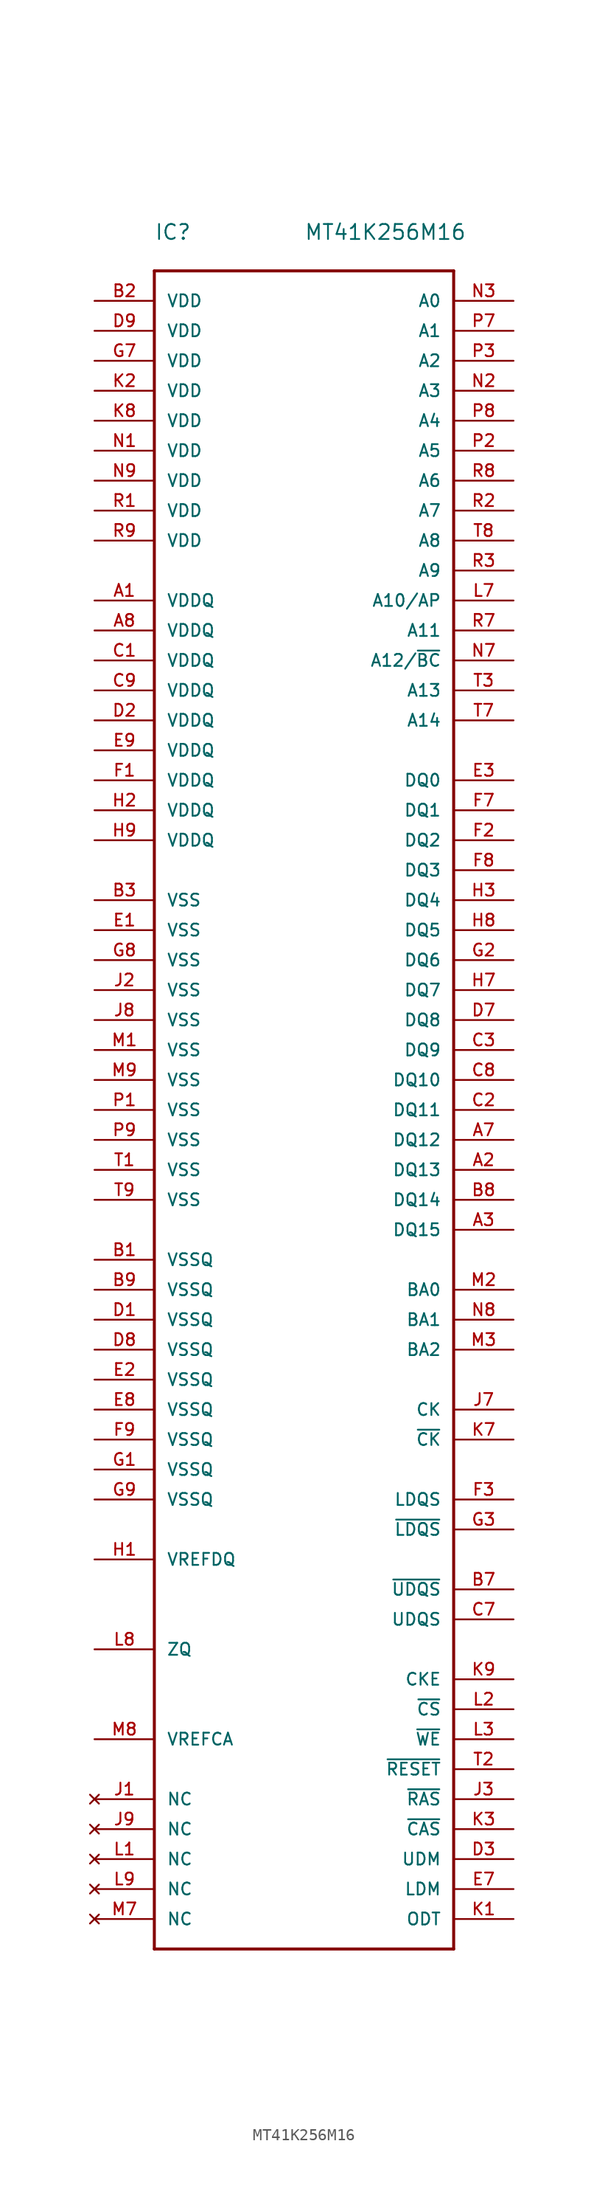
<source format=kicad_sym>
(kicad_symbol_lib
  (version 20220914)
  (generator kicad_symbol_editor)
  (symbol "MT41K256M16"
    (pin_names
      (offset 1.016))
    (property "Reference" "IC"
      (at 0 2.54 0)
      (effects (font (size 1.27 1.27)) (justify left bottom)))
    (property "Value" "MT41K256M16"
      (at 12.7 2.54 0)
      (effects (font (size 1.27 1.27)) (justify left bottom)))
    (symbol "MT41K256M16_1_0"
      (polyline (pts (xy 0 -142.24) (xy 0 0)) (stroke (width 0.254) (type solid)) (fill (type none)))
      (polyline (pts (xy 0 0) (xy 25.4 0)) (stroke (width 0.254) (type solid)) (fill (type none)))
      (polyline (pts (xy 25.4 -142.24) (xy 0 -142.24)) (stroke (width 0.254) (type solid)) (fill (type none)))
      (polyline (pts (xy 25.4 0) (xy 25.4 -142.24)) (stroke (width 0.254) (type solid)) (fill (type none)))
      (pin input line (at 30.48 -119.38 180) (length 5.08) (name "CKE" (effects (font (size 1.016 1.016)))) (number "K9" (effects (font (size 1.016 1.016)))))
      (pin no_connect line (at -5.08 -134.62 0) (length 5.08) (name "NC" (effects (font (size 1.016 1.016)))) (number "L1" (effects (font (size 1.016 1.016)))))
      (pin no_connect line (at -5.08 -137.16 0) (length 5.08) (name "NC" (effects (font (size 1.016 1.016)))) (number "L9" (effects (font (size 1.016 1.016)))))
      (pin power_in line (at -5.08 -20.32 0) (length 5.08) (name "VDD" (effects (font (size 1.016 1.016)))) (number "R1" (effects (font (size 1.016 1.016)))))
      (pin power_in line (at -5.08 -76.2 0) (length 5.08) (name "VSS" (effects (font (size 1.016 1.016)))) (number "T1" (effects (font (size 1.016 1.016))))))
    (symbol "MT41K256M16_1_1"
      (pin power_in line (at -5.08 -27.94 0) (length 5.08) (name "VDDQ" (effects (font (size 1.016 1.016)))) (number "A1" (effects (font (size 1.016 1.016)))))
      (pin bidirectional line (at 30.48 -76.2 180) (length 5.08) (name "DQ13" (effects (font (size 1.016 1.016)))) (number "A2" (effects (font (size 1.016 1.016)))))
      (pin bidirectional line (at 30.48 -81.28 180) (length 5.08) (name "DQ15" (effects (font (size 1.016 1.016)))) (number "A3" (effects (font (size 1.016 1.016)))))
      (pin bidirectional line (at 30.48 -73.66 180) (length 5.08) (name "DQ12" (effects (font (size 1.016 1.016)))) (number "A7" (effects (font (size 1.016 1.016)))))
      (pin power_in line (at -5.08 -30.48 0) (length 5.08) (name "VDDQ" (effects (font (size 1.016 1.016)))) (number "A8" (effects (font (size 1.016 1.016)))))
      (pin power_in line (at -5.08 -83.82 0) (length 5.08) (name "VSSQ" (effects (font (size 1.016 1.016)))) (number "B1" (effects (font (size 1.016 1.016)))))
      (pin power_in line (at -5.08 -2.54 0) (length 5.08) (name "VDD" (effects (font (size 1.016 1.016)))) (number "B2" (effects (font (size 1.016 1.016)))))
      (pin power_in line (at -5.08 -53.34 0) (length 5.08) (name "VSS" (effects (font (size 1.016 1.016)))) (number "B3" (effects (font (size 1.016 1.016)))))
      (pin output line (at 30.48 -111.76 180) (length 5.08) (name "~{UDQS}" (effects (font (size 1.016 1.016)))) (number "B7" (effects (font (size 1.016 1.016)))))
      (pin bidirectional line (at 30.48 -78.74 180) (length 5.08) (name "DQ14" (effects (font (size 1.016 1.016)))) (number "B8" (effects (font (size 1.016 1.016)))))
      (pin power_in line (at -5.08 -86.36 0) (length 5.08) (name "VSSQ" (effects (font (size 1.016 1.016)))) (number "B9" (effects (font (size 1.016 1.016)))))
      (pin power_in line (at -5.08 -33.02 0) (length 5.08) (name "VDDQ" (effects (font (size 1.016 1.016)))) (number "C1" (effects (font (size 1.016 1.016)))))
      (pin bidirectional line (at 30.48 -71.12 180) (length 5.08) (name "DQ11" (effects (font (size 1.016 1.016)))) (number "C2" (effects (font (size 1.016 1.016)))))
      (pin bidirectional line (at 30.48 -66.04 180) (length 5.08) (name "DQ9" (effects (font (size 1.016 1.016)))) (number "C3" (effects (font (size 1.016 1.016)))))
      (pin output line (at 30.48 -114.3 180) (length 5.08) (name "UDQS" (effects (font (size 1.016 1.016)))) (number "C7" (effects (font (size 1.016 1.016)))))
      (pin bidirectional line (at 30.48 -68.58 180) (length 5.08) (name "DQ10" (effects (font (size 1.016 1.016)))) (number "C8" (effects (font (size 1.016 1.016)))))
      (pin power_in line (at -5.08 -35.56 0) (length 5.08) (name "VDDQ" (effects (font (size 1.016 1.016)))) (number "C9" (effects (font (size 1.016 1.016)))))
      (pin power_in line (at -5.08 -88.9 0) (length 5.08) (name "VSSQ" (effects (font (size 1.016 1.016)))) (number "D1" (effects (font (size 1.016 1.016)))))
      (pin power_in line (at -5.08 -38.1 0) (length 5.08) (name "VDDQ" (effects (font (size 1.016 1.016)))) (number "D2" (effects (font (size 1.016 1.016)))))
      (pin input line (at 30.48 -134.62 180) (length 5.08) (name "UDM" (effects (font (size 1.016 1.016)))) (number "D3" (effects (font (size 1.016 1.016)))))
      (pin bidirectional line (at 30.48 -63.5 180) (length 5.08) (name "DQ8" (effects (font (size 1.016 1.016)))) (number "D7" (effects (font (size 1.016 1.016)))))
      (pin power_in line (at -5.08 -91.44 0) (length 5.08) (name "VSSQ" (effects (font (size 1.016 1.016)))) (number "D8" (effects (font (size 1.016 1.016)))))
      (pin power_in line (at -5.08 -5.08 0) (length 5.08) (name "VDD" (effects (font (size 1.016 1.016)))) (number "D9" (effects (font (size 1.016 1.016)))))
      (pin power_in line (at -5.08 -55.88 0) (length 5.08) (name "VSS" (effects (font (size 1.016 1.016)))) (number "E1" (effects (font (size 1.016 1.016)))))
      (pin power_in line (at -5.08 -93.98 0) (length 5.08) (name "VSSQ" (effects (font (size 1.016 1.016)))) (number "E2" (effects (font (size 1.016 1.016)))))
      (pin bidirectional line (at 30.48 -43.18 180) (length 5.08) (name "DQ0" (effects (font (size 1.016 1.016)))) (number "E3" (effects (font (size 1.016 1.016)))))
      (pin input line (at 30.48 -137.16 180) (length 5.08) (name "LDM" (effects (font (size 1.016 1.016)))) (number "E7" (effects (font (size 1.016 1.016)))))
      (pin power_in line (at -5.08 -96.52 0) (length 5.08) (name "VSSQ" (effects (font (size 1.016 1.016)))) (number "E8" (effects (font (size 1.016 1.016)))))
      (pin power_in line (at -5.08 -40.64 0) (length 5.08) (name "VDDQ" (effects (font (size 1.016 1.016)))) (number "E9" (effects (font (size 1.016 1.016)))))
      (pin power_in line (at -5.08 -43.18 0) (length 5.08) (name "VDDQ" (effects (font (size 1.016 1.016)))) (number "F1" (effects (font (size 1.016 1.016)))))
      (pin bidirectional line (at 30.48 -48.26 180) (length 5.08) (name "DQ2" (effects (font (size 1.016 1.016)))) (number "F2" (effects (font (size 1.016 1.016)))))
      (pin bidirectional line (at 30.48 -104.14 180) (length 5.08) (name "LDQS" (effects (font (size 1.016 1.016)))) (number "F3" (effects (font (size 1.016 1.016)))))
      (pin bidirectional line (at 30.48 -45.72 180) (length 5.08) (name "DQ1" (effects (font (size 1.016 1.016)))) (number "F7" (effects (font (size 1.016 1.016)))))
      (pin bidirectional line (at 30.48 -50.8 180) (length 5.08) (name "DQ3" (effects (font (size 1.016 1.016)))) (number "F8" (effects (font (size 1.016 1.016)))))
      (pin power_in line (at -5.08 -99.06 0) (length 5.08) (name "VSSQ" (effects (font (size 1.016 1.016)))) (number "F9" (effects (font (size 1.016 1.016)))))
      (pin power_in line (at -5.08 -101.6 0) (length 5.08) (name "VSSQ" (effects (font (size 1.016 1.016)))) (number "G1" (effects (font (size 1.016 1.016)))))
      (pin bidirectional line (at 30.48 -58.42 180) (length 5.08) (name "DQ6" (effects (font (size 1.016 1.016)))) (number "G2" (effects (font (size 1.016 1.016)))))
      (pin bidirectional line (at 30.48 -106.68 180) (length 5.08) (name "~{LDQS}" (effects (font (size 1.016 1.016)))) (number "G3" (effects (font (size 1.016 1.016)))))
      (pin power_in line (at -5.08 -7.62 0) (length 5.08) (name "VDD" (effects (font (size 1.016 1.016)))) (number "G7" (effects (font (size 1.016 1.016)))))
      (pin power_in line (at -5.08 -58.42 0) (length 5.08) (name "VSS" (effects (font (size 1.016 1.016)))) (number "G8" (effects (font (size 1.016 1.016)))))
      (pin power_in line (at -5.08 -104.14 0) (length 5.08) (name "VSSQ" (effects (font (size 1.016 1.016)))) (number "G9" (effects (font (size 1.016 1.016)))))
      (pin passive line (at -5.08 -109.22 0) (length 5.08) (name "VREFDQ" (effects (font (size 1.016 1.016)))) (number "H1" (effects (font (size 1.016 1.016)))))
      (pin power_in line (at -5.08 -45.72 0) (length 5.08) (name "VDDQ" (effects (font (size 1.016 1.016)))) (number "H2" (effects (font (size 1.016 1.016)))))
      (pin bidirectional line (at 30.48 -53.34 180) (length 5.08) (name "DQ4" (effects (font (size 1.016 1.016)))) (number "H3" (effects (font (size 1.016 1.016)))))
      (pin bidirectional line (at 30.48 -60.96 180) (length 5.08) (name "DQ7" (effects (font (size 1.016 1.016)))) (number "H7" (effects (font (size 1.016 1.016)))))
      (pin bidirectional line (at 30.48 -55.88 180) (length 5.08) (name "DQ5" (effects (font (size 1.016 1.016)))) (number "H8" (effects (font (size 1.016 1.016)))))
      (pin power_in line (at -5.08 -48.26 0) (length 5.08) (name "VDDQ" (effects (font (size 1.016 1.016)))) (number "H9" (effects (font (size 1.016 1.016)))))
      (pin no_connect line (at -5.08 -129.54 0) (length 5.08) (name "NC" (effects (font (size 1.016 1.016)))) (number "J1" (effects (font (size 1.016 1.016)))))
      (pin power_in line (at -5.08 -60.96 0) (length 5.08) (name "VSS" (effects (font (size 1.016 1.016)))) (number "J2" (effects (font (size 1.016 1.016)))))
      (pin input line (at 30.48 -129.54 180) (length 5.08) (name "~{RAS}" (effects (font (size 1.016 1.016)))) (number "J3" (effects (font (size 1.016 1.016)))))
      (pin input line (at 30.48 -96.52 180) (length 5.08) (name "CK" (effects (font (size 1.016 1.016)))) (number "J7" (effects (font (size 1.016 1.016)))))
      (pin power_in line (at -5.08 -63.5 0) (length 5.08) (name "VSS" (effects (font (size 1.016 1.016)))) (number "J8" (effects (font (size 1.016 1.016)))))
      (pin no_connect line (at -5.08 -132.08 0) (length 5.08) (name "NC" (effects (font (size 1.016 1.016)))) (number "J9" (effects (font (size 1.016 1.016)))))
      (pin input line (at 30.48 -139.7 180) (length 5.08) (name "ODT" (effects (font (size 1.016 1.016)))) (number "K1" (effects (font (size 1.016 1.016)))))
      (pin power_in line (at -5.08 -10.16 0) (length 5.08) (name "VDD" (effects (font (size 1.016 1.016)))) (number "K2" (effects (font (size 1.016 1.016)))))
      (pin input line (at 30.48 -132.08 180) (length 5.08) (name "~{CAS}" (effects (font (size 1.016 1.016)))) (number "K3" (effects (font (size 1.016 1.016)))))
      (pin input line (at 30.48 -99.06 180) (length 5.08) (name "~{CK}" (effects (font (size 1.016 1.016)))) (number "K7" (effects (font (size 1.016 1.016)))))
      (pin power_in line (at -5.08 -12.7 0) (length 5.08) (name "VDD" (effects (font (size 1.016 1.016)))) (number "K8" (effects (font (size 1.016 1.016)))))
      (pin input line (at 30.48 -121.92 180) (length 5.08) (name "~{CS}" (effects (font (size 1.016 1.016)))) (number "L2" (effects (font (size 1.016 1.016)))))
      (pin input line (at 30.48 -124.46 180) (length 5.08) (name "~{WE}" (effects (font (size 1.016 1.016)))) (number "L3" (effects (font (size 1.016 1.016)))))
      (pin input line (at 30.48 -27.94 180) (length 5.08) (name "A10/AP" (effects (font (size 1.016 1.016)))) (number "L7" (effects (font (size 1.016 1.016)))))
      (pin passive line (at -5.08 -116.84 0) (length 5.08) (name "ZQ" (effects (font (size 1.016 1.016)))) (number "L8" (effects (font (size 1.016 1.016)))))
      (pin power_in line (at -5.08 -66.04 0) (length 5.08) (name "VSS" (effects (font (size 1.016 1.016)))) (number "M1" (effects (font (size 1.016 1.016)))))
      (pin input line (at 30.48 -86.36 180) (length 5.08) (name "BA0" (effects (font (size 1.016 1.016)))) (number "M2" (effects (font (size 1.016 1.016)))))
      (pin input line (at 30.48 -91.44 180) (length 5.08) (name "BA2" (effects (font (size 1.016 1.016)))) (number "M3" (effects (font (size 1.016 1.016)))))
      (pin no_connect line (at -5.08 -139.7 0) (length 5.08) (name "NC" (effects (font (size 1.016 1.016)))) (number "M7" (effects (font (size 1.016 1.016)))))
      (pin passive line (at -5.08 -124.46 0) (length 5.08) (name "VREFCA" (effects (font (size 1.016 1.016)))) (number "M8" (effects (font (size 1.016 1.016)))))
      (pin power_in line (at -5.08 -68.58 0) (length 5.08) (name "VSS" (effects (font (size 1.016 1.016)))) (number "M9" (effects (font (size 1.016 1.016)))))
      (pin power_in line (at -5.08 -15.24 0) (length 5.08) (name "VDD" (effects (font (size 1.016 1.016)))) (number "N1" (effects (font (size 1.016 1.016)))))
      (pin output line (at 30.48 -10.16 180) (length 5.08) (name "A3" (effects (font (size 1.016 1.016)))) (number "N2" (effects (font (size 1.016 1.016)))))
      (pin input line (at 30.48 -2.54 180) (length 5.08) (name "A0" (effects (font (size 1.016 1.016)))) (number "N3" (effects (font (size 1.016 1.016)))))
      (pin input line (at 30.48 -33.02 180) (length 5.08) (name "A12/~{BC}" (effects (font (size 1.016 1.016)))) (number "N7" (effects (font (size 1.016 1.016)))))
      (pin input line (at 30.48 -88.9 180) (length 5.08) (name "BA1" (effects (font (size 1.016 1.016)))) (number "N8" (effects (font (size 1.016 1.016)))))
      (pin power_in line (at -5.08 -17.78 0) (length 5.08) (name "VDD" (effects (font (size 1.016 1.016)))) (number "N9" (effects (font (size 1.016 1.016)))))
      (pin power_in line (at -5.08 -71.12 0) (length 5.08) (name "VSS" (effects (font (size 1.016 1.016)))) (number "P1" (effects (font (size 1.016 1.016)))))
      (pin input line (at 30.48 -15.24 180) (length 5.08) (name "A5" (effects (font (size 1.016 1.016)))) (number "P2" (effects (font (size 1.016 1.016)))))
      (pin input line (at 30.48 -7.62 180) (length 5.08) (name "A2" (effects (font (size 1.016 1.016)))) (number "P3" (effects (font (size 1.016 1.016)))))
      (pin input line (at 30.48 -5.08 180) (length 5.08) (name "A1" (effects (font (size 1.016 1.016)))) (number "P7" (effects (font (size 1.016 1.016)))))
      (pin input line (at 30.48 -12.7 180) (length 5.08) (name "A4" (effects (font (size 1.016 1.016)))) (number "P8" (effects (font (size 1.016 1.016)))))
      (pin power_in line (at -5.08 -73.66 0) (length 5.08) (name "VSS" (effects (font (size 1.016 1.016)))) (number "P9" (effects (font (size 1.016 1.016)))))
      (pin input line (at 30.48 -20.32 180) (length 5.08) (name "A7" (effects (font (size 1.016 1.016)))) (number "R2" (effects (font (size 1.016 1.016)))))
      (pin input line (at 30.48 -25.4 180) (length 5.08) (name "A9" (effects (font (size 1.016 1.016)))) (number "R3" (effects (font (size 1.016 1.016)))))
      (pin input line (at 30.48 -30.48 180) (length 5.08) (name "A11" (effects (font (size 1.016 1.016)))) (number "R7" (effects (font (size 1.016 1.016)))))
      (pin input line (at 30.48 -17.78 180) (length 5.08) (name "A6" (effects (font (size 1.016 1.016)))) (number "R8" (effects (font (size 1.016 1.016)))))
      (pin power_in line (at -5.08 -22.86 0) (length 5.08) (name "VDD" (effects (font (size 1.016 1.016)))) (number "R9" (effects (font (size 1.016 1.016)))))
      (pin input line (at 30.48 -127 180) (length 5.08) (name "~{RESET}" (effects (font (size 1.016 1.016)))) (number "T2" (effects (font (size 1.016 1.016)))))
      (pin input line (at 30.48 -35.56 180) (length 5.08) (name "A13" (effects (font (size 1.016 1.016)))) (number "T3" (effects (font (size 1.016 1.016)))))
      (pin input line (at 30.48 -38.1 180) (length 5.08) (name "A14" (effects (font (size 1.016 1.016)))) (number "T7" (effects (font (size 1.016 1.016)))))
      (pin input line (at 30.48 -22.86 180) (length 5.08) (name "A8" (effects (font (size 1.016 1.016)))) (number "T8" (effects (font (size 1.016 1.016)))))
      (pin power_in line (at -5.08 -78.74 0) (length 5.08) (name "VSS" (effects (font (size 1.016 1.016)))) (number "T9" (effects (font (size 1.016 1.016))))))))
</source>
